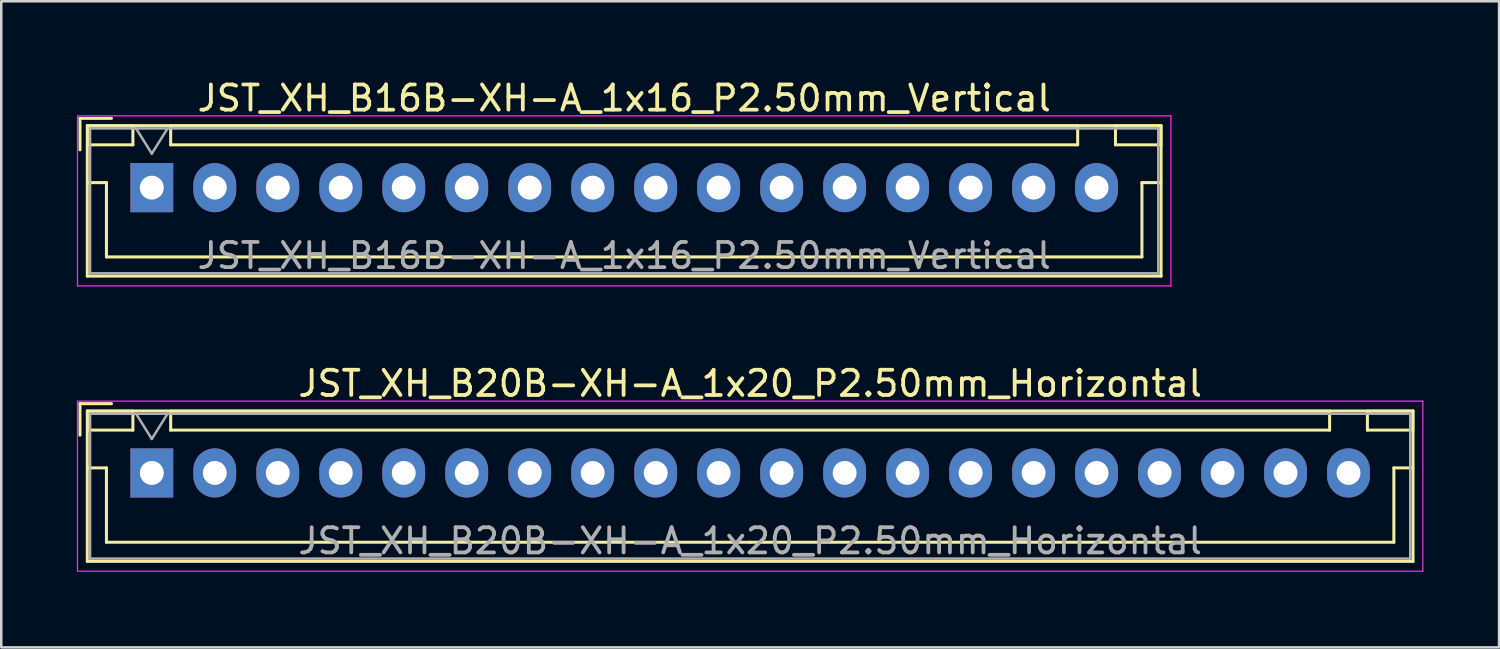
<source format=kicad_pcb>
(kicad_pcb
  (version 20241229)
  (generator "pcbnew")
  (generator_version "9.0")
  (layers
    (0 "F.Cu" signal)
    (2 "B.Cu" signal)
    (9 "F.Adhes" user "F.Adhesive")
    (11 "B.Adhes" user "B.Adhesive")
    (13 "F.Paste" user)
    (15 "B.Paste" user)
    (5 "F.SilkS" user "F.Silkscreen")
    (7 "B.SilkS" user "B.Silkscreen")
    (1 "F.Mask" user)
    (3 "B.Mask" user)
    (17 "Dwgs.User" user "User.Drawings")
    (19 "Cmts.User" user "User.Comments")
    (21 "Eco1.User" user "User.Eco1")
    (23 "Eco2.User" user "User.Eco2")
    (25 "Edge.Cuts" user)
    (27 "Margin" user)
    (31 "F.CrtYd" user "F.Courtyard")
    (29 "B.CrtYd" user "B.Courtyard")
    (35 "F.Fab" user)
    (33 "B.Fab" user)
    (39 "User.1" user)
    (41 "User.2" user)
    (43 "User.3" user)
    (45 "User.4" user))
  (footprint "JST_XH_B16B-XH-A_1x16_P2.50mm_Vertical"
    (layer "F.Cu")
    (at 2.975 4.398)
    (property "Reference" "JST_XH_B16B-XH-A_1x16_P2.50mm_Vertical" (at 18.75 -3.55 0) (layer "F.SilkS") (effects (font (size 1 1) (thickness 0.15))))
    (attr through_hole)
    (fp_line (start -2.85 -2.75) (end -2.85 -1.5) (stroke (width 0.12) (type solid)) (layer "F.SilkS"))
    (fp_line (start -2.56 -2.46) (end -2.56 3.51) (stroke (width 0.12) (type solid)) (layer "F.SilkS"))
    (fp_line (start -2.56 3.51) (end 40.06 3.51) (stroke (width 0.12) (type solid)) (layer "F.SilkS"))
    (fp_line (start -2.55 -2.45) (end -2.55 -1.7) (stroke (width 0.12) (type solid)) (layer "F.SilkS"))
    (fp_line (start -2.55 -1.7) (end -0.75 -1.7) (stroke (width 0.12) (type solid)) (layer "F.SilkS"))
    (fp_line (start -2.55 -0.2) (end -1.8 -0.2) (stroke (width 0.12) (type solid)) (layer "F.SilkS"))
    (fp_line (start -1.8 -0.2) (end -1.8 2.75) (stroke (width 0.12) (type solid)) (layer "F.SilkS"))
    (fp_line (start -1.8 2.75) (end 18.75 2.75) (stroke (width 0.12) (type solid)) (layer "F.SilkS"))
    (fp_line (start -1.6 -2.75) (end -2.85 -2.75) (stroke (width 0.12) (type solid)) (layer "F.SilkS"))
    (fp_line (start -0.75 -2.45) (end -2.55 -2.45) (stroke (width 0.12) (type solid)) (layer "F.SilkS"))
    (fp_line (start -0.75 -1.7) (end -0.75 -2.45) (stroke (width 0.12) (type solid)) (layer "F.SilkS"))
    (fp_line (start 0.75 -2.45) (end 0.75 -1.7) (stroke (width 0.12) (type solid)) (layer "F.SilkS"))
    (fp_line (start 0.75 -1.7) (end 36.75 -1.7) (stroke (width 0.12) (type solid)) (layer "F.SilkS"))
    (fp_line (start 36.75 -2.45) (end 0.75 -2.45) (stroke (width 0.12) (type solid)) (layer "F.SilkS"))
    (fp_line (start 36.75 -1.7) (end 36.75 -2.45) (stroke (width 0.12) (type solid)) (layer "F.SilkS"))
    (fp_line (start 38.25 -2.45) (end 38.25 -1.7) (stroke (width 0.12) (type solid)) (layer "F.SilkS"))
    (fp_line (start 38.25 -1.7) (end 40.05 -1.7) (stroke (width 0.12) (type solid)) (layer "F.SilkS"))
    (fp_line (start 39.3 -0.2) (end 39.3 2.75) (stroke (width 0.12) (type solid)) (layer "F.SilkS"))
    (fp_line (start 39.3 2.75) (end 18.75 2.75) (stroke (width 0.12) (type solid)) (layer "F.SilkS"))
    (fp_line (start 40.05 -2.45) (end 38.25 -2.45) (stroke (width 0.12) (type solid)) (layer "F.SilkS"))
    (fp_line (start 40.05 -1.7) (end 40.05 -2.45) (stroke (width 0.12) (type solid)) (layer "F.SilkS"))
    (fp_line (start 40.05 -0.2) (end 39.3 -0.2) (stroke (width 0.12) (type solid)) (layer "F.SilkS"))
    (fp_line (start 40.06 -2.46) (end -2.56 -2.46) (stroke (width 0.12) (type solid)) (layer "F.SilkS"))
    (fp_line (start 40.06 3.51) (end 40.06 -2.46) (stroke (width 0.12) (type solid)) (layer "F.SilkS"))
    (fp_line (start -2.95 -2.85) (end -2.95 3.9) (stroke (width 0.05) (type solid)) (layer "F.CrtYd"))
    (fp_line (start -2.95 3.9) (end 40.45 3.9) (stroke (width 0.05) (type solid)) (layer "F.CrtYd"))
    (fp_line (start 40.45 -2.85) (end -2.95 -2.85) (stroke (width 0.05) (type solid)) (layer "F.CrtYd"))
    (fp_line (start 40.45 3.9) (end 40.45 -2.85) (stroke (width 0.05) (type solid)) (layer "F.CrtYd"))
    (fp_line (start -2.45 -2.35) (end -2.45 3.4) (stroke (width 0.1) (type solid)) (layer "F.Fab"))
    (fp_line (start -2.45 3.4) (end 39.95 3.4) (stroke (width 0.1) (type solid)) (layer "F.Fab"))
    (fp_line (start -0.625 -2.35) (end 0 -1.35) (stroke (width 0.1) (type solid)) (layer "F.Fab"))
    (fp_line (start 0 -1.35) (end 0.625 -2.35) (stroke (width 0.1) (type solid)) (layer "F.Fab"))
    (fp_line (start 39.95 -2.35) (end -2.45 -2.35) (stroke (width 0.1) (type solid)) (layer "F.Fab"))
    (fp_line (start 39.95 3.4) (end 39.95 -2.35) (stroke (width 0.1) (type solid)) (layer "F.Fab"))
    (fp_text user "${REFERENCE}" (at 18.75 2.7 0) (layer "F.Fab") (effects (font (size 1 1) (thickness 0.15))))
    (pad "1" thru_hole rect (at 0 0) (size 1.7 1.95) (drill 0.95) (layers "*.Cu" "*.Mask"))
    (pad "2" thru_hole oval (at 2.5 0) (size 1.7 1.95) (drill 0.95) (layers "*.Cu" "*.Mask"))
    (pad "3" thru_hole oval (at 5 0) (size 1.7 1.95) (drill 0.95) (layers "*.Cu" "*.Mask"))
    (pad "4" thru_hole oval (at 7.5 0) (size 1.7 1.95) (drill 0.95) (layers "*.Cu" "*.Mask"))
    (pad "5" thru_hole oval (at 10 0) (size 1.7 1.95) (drill 0.95) (layers "*.Cu" "*.Mask"))
    (pad "6" thru_hole oval (at 12.5 0) (size 1.7 1.95) (drill 0.95) (layers "*.Cu" "*.Mask"))
    (pad "7" thru_hole oval (at 15 0) (size 1.7 1.95) (drill 0.95) (layers "*.Cu" "*.Mask"))
    (pad "8" thru_hole oval (at 17.5 0) (size 1.7 1.95) (drill 0.95) (layers "*.Cu" "*.Mask"))
    (pad "9" thru_hole oval (at 20 0) (size 1.7 1.95) (drill 0.95) (layers "*.Cu" "*.Mask"))
    (pad "10" thru_hole oval (at 22.5 0) (size 1.7 1.95) (drill 0.95) (layers "*.Cu" "*.Mask"))
    (pad "11" thru_hole oval (at 25 0) (size 1.7 1.95) (drill 0.95) (layers "*.Cu" "*.Mask"))
    (pad "12" thru_hole oval (at 27.5 0) (size 1.7 1.95) (drill 0.95) (layers "*.Cu" "*.Mask"))
    (pad "13" thru_hole oval (at 30 0) (size 1.7 1.95) (drill 0.95) (layers "*.Cu" "*.Mask"))
    (pad "14" thru_hole oval (at 32.5 0) (size 1.7 1.95) (drill 0.95) (layers "*.Cu" "*.Mask"))
    (pad "15" thru_hole oval (at 35 0) (size 1.7 1.95) (drill 0.95) (layers "*.Cu" "*.Mask"))
    (pad "16" thru_hole oval (at 37.5 0) (size 1.7 1.95) (drill 0.95) (layers "*.Cu" "*.Mask")))
  (footprint "JST_XH_B20B-XH-A_1x20_P2.50mm_Horizontal"
    (layer "F.Cu")
    (at 2.975 15.722)
    (property "Reference" "JST_XH_B20B-XH-A_1x20_P2.50mm_Horizontal" (at 23.75 -3.55 0) (layer "F.SilkS") (effects (font (size 1 1) (thickness 0.15))))
    (attr through_hole)
    (fp_line (start -2.85 -2.75) (end -2.85 -1.5) (stroke (width 0.12) (type solid)) (layer "F.SilkS"))
    (fp_line (start -2.56 -2.46) (end -2.56 3.51) (stroke (width 0.12) (type solid)) (layer "F.SilkS"))
    (fp_line (start -2.56 3.51) (end 50.06 3.51) (stroke (width 0.12) (type solid)) (layer "F.SilkS"))
    (fp_line (start -2.55 -2.45) (end -2.55 -1.7) (stroke (width 0.12) (type solid)) (layer "F.SilkS"))
    (fp_line (start -2.55 -1.7) (end -0.75 -1.7) (stroke (width 0.12) (type solid)) (layer "F.SilkS"))
    (fp_line (start -2.55 -0.2) (end -1.8 -0.2) (stroke (width 0.12) (type solid)) (layer "F.SilkS"))
    (fp_line (start -1.8 -0.2) (end -1.8 2.75) (stroke (width 0.12) (type solid)) (layer "F.SilkS"))
    (fp_line (start -1.8 2.75) (end 23.75 2.75) (stroke (width 0.12) (type solid)) (layer "F.SilkS"))
    (fp_line (start -1.6 -2.75) (end -2.85 -2.75) (stroke (width 0.12) (type solid)) (layer "F.SilkS"))
    (fp_line (start -0.75 -2.45) (end -2.55 -2.45) (stroke (width 0.12) (type solid)) (layer "F.SilkS"))
    (fp_line (start -0.75 -1.7) (end -0.75 -2.45) (stroke (width 0.12) (type solid)) (layer "F.SilkS"))
    (fp_line (start 0.75 -2.45) (end 0.75 -1.7) (stroke (width 0.12) (type solid)) (layer "F.SilkS"))
    (fp_line (start 0.75 -1.7) (end 46.75 -1.7) (stroke (width 0.12) (type solid)) (layer "F.SilkS"))
    (fp_line (start 46.75 -2.45) (end 0.75 -2.45) (stroke (width 0.12) (type solid)) (layer "F.SilkS"))
    (fp_line (start 46.75 -1.7) (end 46.75 -2.45) (stroke (width 0.12) (type solid)) (layer "F.SilkS"))
    (fp_line (start 48.25 -2.45) (end 48.25 -1.7) (stroke (width 0.12) (type solid)) (layer "F.SilkS"))
    (fp_line (start 48.25 -1.7) (end 50.05 -1.7) (stroke (width 0.12) (type solid)) (layer "F.SilkS"))
    (fp_line (start 49.3 -0.2) (end 49.3 2.75) (stroke (width 0.12) (type solid)) (layer "F.SilkS"))
    (fp_line (start 49.3 2.75) (end 23.75 2.75) (stroke (width 0.12) (type solid)) (layer "F.SilkS"))
    (fp_line (start 50.05 -2.45) (end 48.25 -2.45) (stroke (width 0.12) (type solid)) (layer "F.SilkS"))
    (fp_line (start 50.05 -1.7) (end 50.05 -2.45) (stroke (width 0.12) (type solid)) (layer "F.SilkS"))
    (fp_line (start 50.05 -0.2) (end 49.3 -0.2) (stroke (width 0.12) (type solid)) (layer "F.SilkS"))
    (fp_line (start 50.06 -2.46) (end -2.56 -2.46) (stroke (width 0.12) (type solid)) (layer "F.SilkS"))
    (fp_line (start 50.06 3.51) (end 50.06 -2.46) (stroke (width 0.12) (type solid)) (layer "F.SilkS"))
    (fp_line (start -2.95 -2.85) (end -2.95 3.9) (stroke (width 0.05) (type solid)) (layer "F.CrtYd"))
    (fp_line (start -2.95 3.9) (end 50.45 3.9) (stroke (width 0.05) (type solid)) (layer "F.CrtYd"))
    (fp_line (start 50.45 -2.85) (end -2.95 -2.85) (stroke (width 0.05) (type solid)) (layer "F.CrtYd"))
    (fp_line (start 50.45 3.9) (end 50.45 -2.85) (stroke (width 0.05) (type solid)) (layer "F.CrtYd"))
    (fp_line (start -2.45 -2.35) (end -2.45 3.4) (stroke (width 0.1) (type solid)) (layer "F.Fab"))
    (fp_line (start -2.45 3.4) (end 49.95 3.4) (stroke (width 0.1) (type solid)) (layer "F.Fab"))
    (fp_line (start -0.625 -2.35) (end 0 -1.35) (stroke (width 0.1) (type solid)) (layer "F.Fab"))
    (fp_line (start 0 -1.35) (end 0.625 -2.35) (stroke (width 0.1) (type solid)) (layer "F.Fab"))
    (fp_line (start 49.95 -2.35) (end -2.45 -2.35) (stroke (width 0.1) (type solid)) (layer "F.Fab"))
    (fp_line (start 49.95 3.4) (end 49.95 -2.35) (stroke (width 0.1) (type solid)) (layer "F.Fab"))
    (fp_text user "${REFERENCE}" (at 23.75 2.7 0) (layer "F.Fab") (effects (font (size 1 1) (thickness 0.15))))
    (pad "1" thru_hole rect (at 0 0) (size 1.7 1.95) (drill 0.95) (layers "*.Cu" "*.Mask"))
    (pad "2" thru_hole oval (at 2.5 0) (size 1.7 1.95) (drill 0.95) (layers "*.Cu" "*.Mask"))
    (pad "3" thru_hole oval (at 5 0) (size 1.7 1.95) (drill 0.95) (layers "*.Cu" "*.Mask"))
    (pad "4" thru_hole oval (at 7.5 0) (size 1.7 1.95) (drill 0.95) (layers "*.Cu" "*.Mask"))
    (pad "5" thru_hole oval (at 10 0) (size 1.7 1.95) (drill 0.95) (layers "*.Cu" "*.Mask"))
    (pad "6" thru_hole oval (at 12.5 0) (size 1.7 1.95) (drill 0.95) (layers "*.Cu" "*.Mask"))
    (pad "7" thru_hole oval (at 15 0) (size 1.7 1.95) (drill 0.95) (layers "*.Cu" "*.Mask"))
    (pad "8" thru_hole oval (at 17.5 0) (size 1.7 1.95) (drill 0.95) (layers "*.Cu" "*.Mask"))
    (pad "9" thru_hole oval (at 20 0) (size 1.7 1.95) (drill 0.95) (layers "*.Cu" "*.Mask"))
    (pad "10" thru_hole oval (at 22.5 0) (size 1.7 1.95) (drill 0.95) (layers "*.Cu" "*.Mask"))
    (pad "11" thru_hole oval (at 25 0) (size 1.7 1.95) (drill 0.95) (layers "*.Cu" "*.Mask"))
    (pad "12" thru_hole oval (at 27.5 0) (size 1.7 1.95) (drill 0.95) (layers "*.Cu" "*.Mask"))
    (pad "13" thru_hole oval (at 30 0) (size 1.7 1.95) (drill 0.95) (layers "*.Cu" "*.Mask"))
    (pad "14" thru_hole oval (at 32.5 0) (size 1.7 1.95) (drill 0.95) (layers "*.Cu" "*.Mask"))
    (pad "15" thru_hole oval (at 35 0) (size 1.7 1.95) (drill 0.95) (layers "*.Cu" "*.Mask"))
    (pad "16" thru_hole oval (at 37.5 0) (size 1.7 1.95) (drill 0.95) (layers "*.Cu" "*.Mask"))
    (pad "17" thru_hole oval (at 40 0) (size 1.7 1.95) (drill 0.95) (layers "*.Cu" "*.Mask"))
    (pad "18" thru_hole oval (at 42.5 0) (size 1.7 1.95) (drill 0.95) (layers "*.Cu" "*.Mask"))
    (pad "19" thru_hole oval (at 45 0) (size 1.7 1.95) (drill 0.95) (layers "*.Cu" "*.Mask"))
    (pad "20" thru_hole oval (at 47.5 0) (size 1.7 1.95) (drill 0.95) (layers "*.Cu" "*.Mask")))
  (gr_rect
    (start -3 -3)
    (end 56.45 22.646)
    (stroke (width 0.1) (type default))
    (fill no)
    (layer "Edge.Cuts")))
</source>
